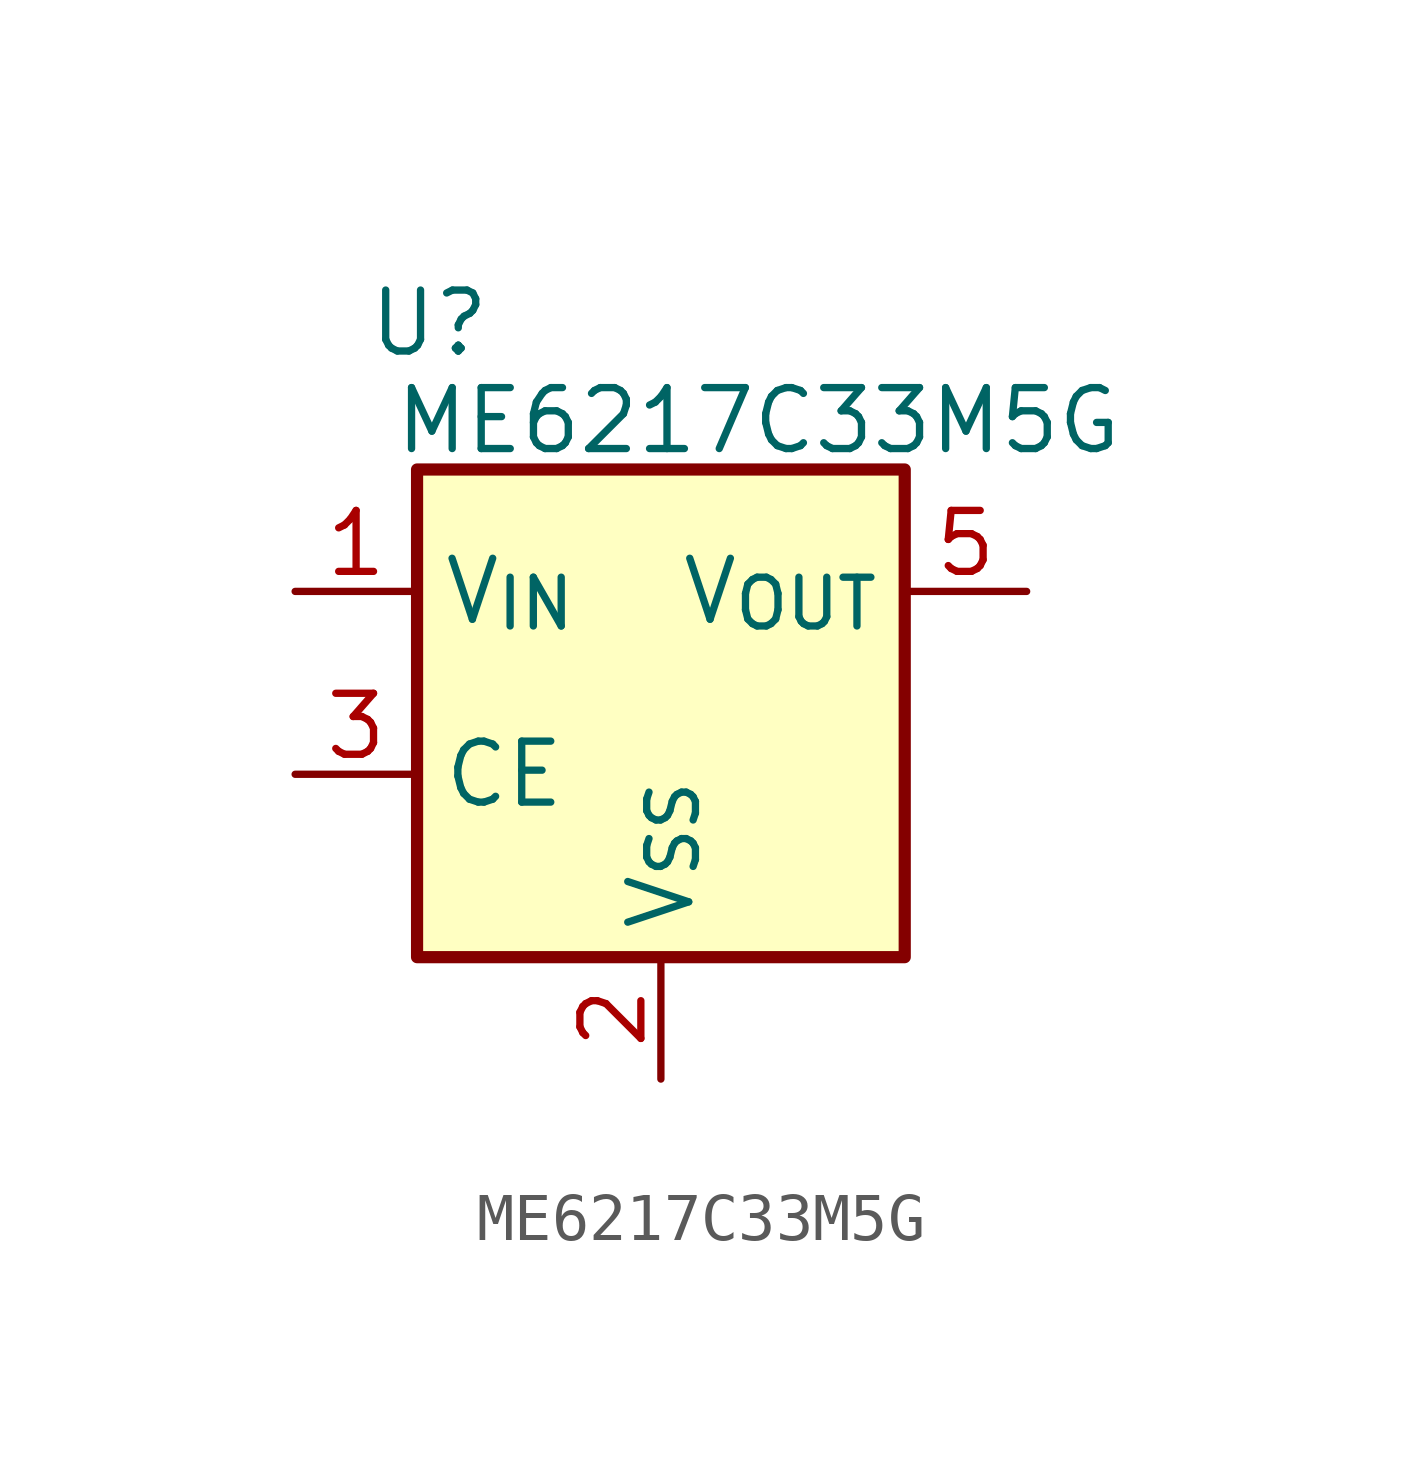
<source format=kicad_sym>
(kicad_symbol_lib
  (version 20231120)
  (generator "kicad_symbol_editor")
  (generator_version "8.0")
  (symbol "ME6217C33M5G"
    (property "Reference" "U"
      (at 1.524 13.208 0)
      (effects (font (size 1.27 1.27))))
    (property "Value" "ME6217C33M5G"
      (at 8.382 11.176 0)
      (effects (font (size 1.27 1.27))))
    (symbol "ME6217C33M5G_1_1"
      (rectangle (start 1.27 10.16) (end 11.43 0) (stroke (width 0.254) (type default)) (fill (type background)))
      (pin input line (at -1.27 7.62 0) (length 2.54) (name "V_{IN}" (effects (font (size 1.27 1.27)))) (number "1" (effects (font (size 1.27 1.27)))))
      (pin power_in line (at 6.35 -2.54 90) (length 2.54) (name "V_{SS}" (effects (font (size 1.27 1.27)))) (number "2" (effects (font (size 1.27 1.27)))))
      (pin power_in line (at -1.27 3.81 0) (length 2.54) (name "CE" (effects (font (size 1.27 1.27)))) (number "3" (effects (font (size 1.27 1.27)))))
      (pin no_connect line (at 13.97 3.81 180) (length 2.54) hide (name "NC" (effects (font (size 1.27 1.27)))) (number "4" (effects (font (size 1.27 1.27)))))
      (pin power_out line (at 13.97 7.62 180) (length 2.54) (name "V_{OUT}" (effects (font (size 1.27 1.27)))) (number "5" (effects (font (size 1.27 1.27))))))))
</source>
